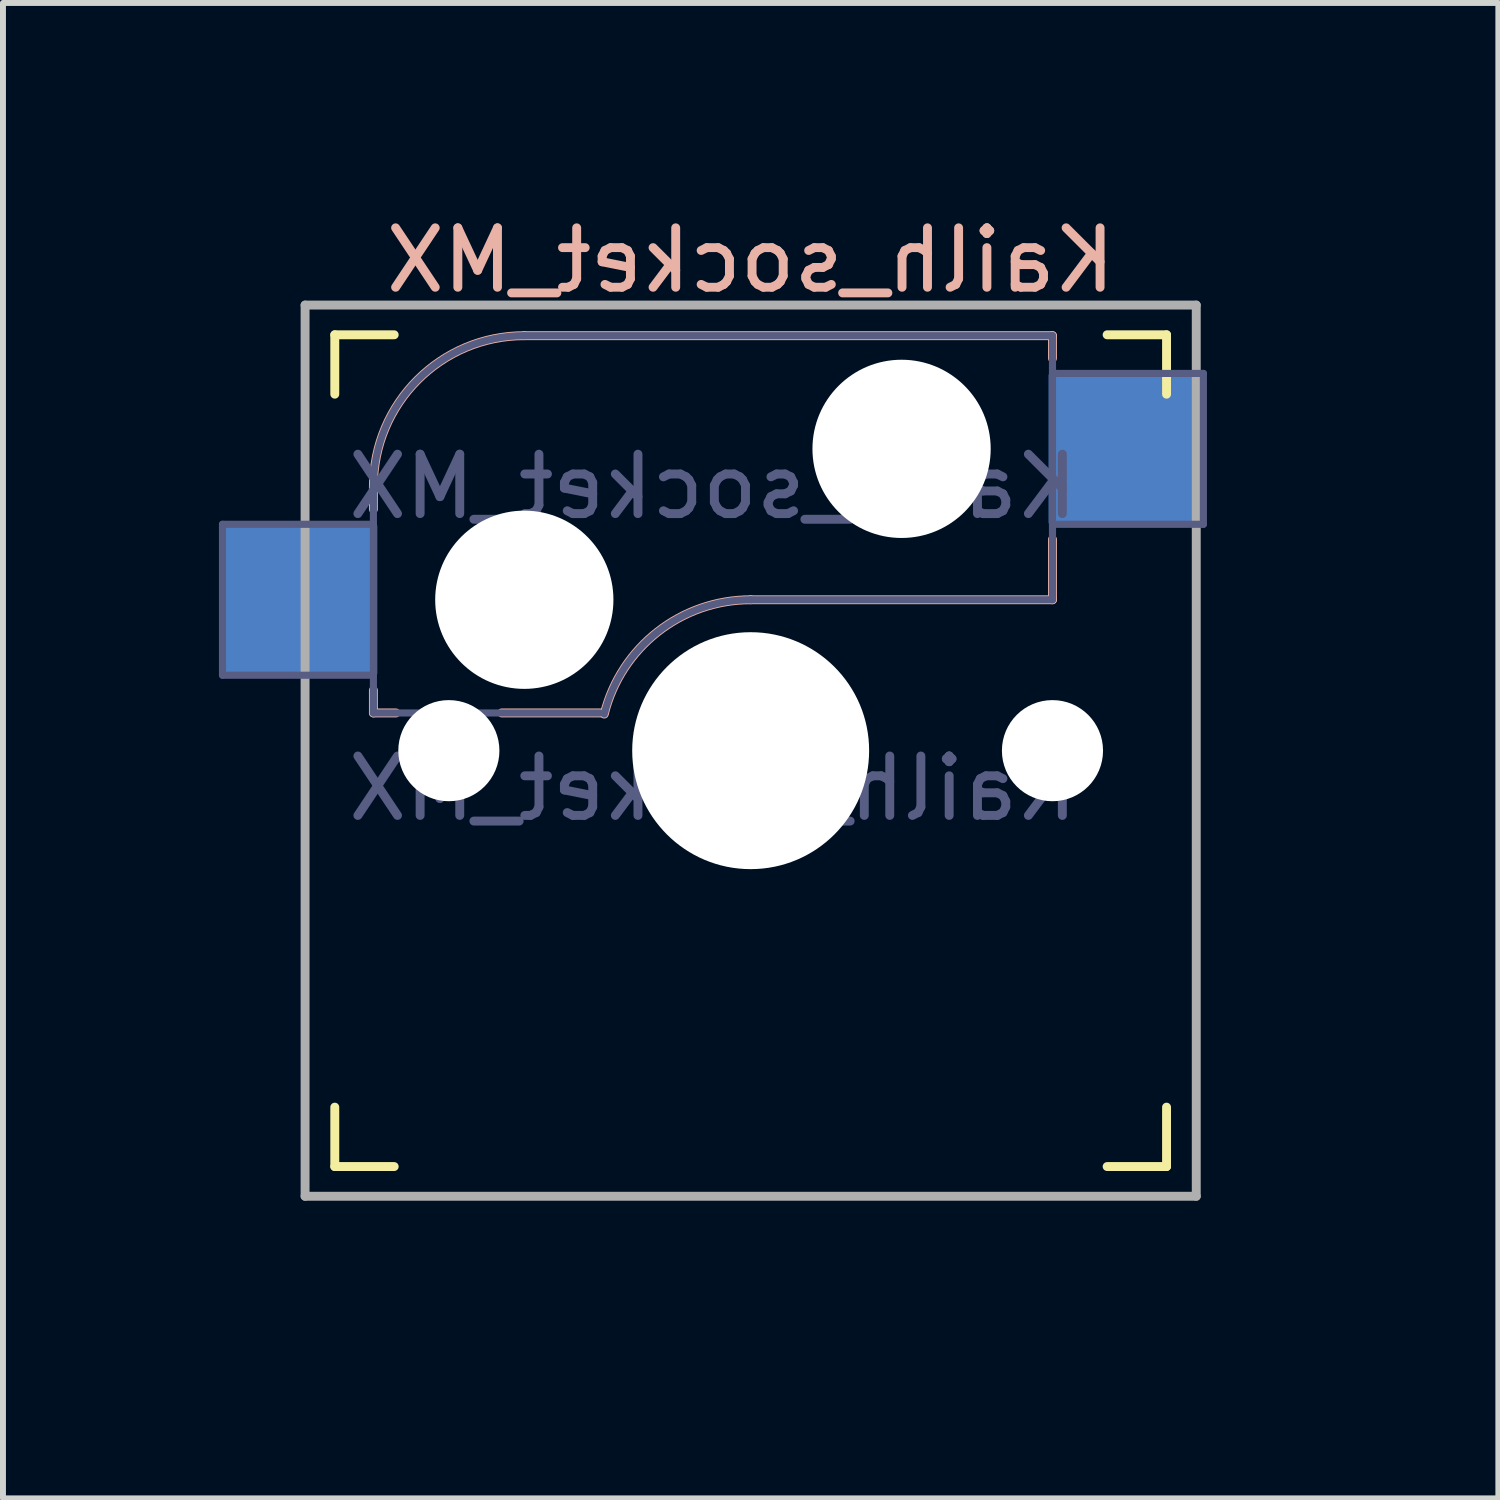
<source format=kicad_pcb>
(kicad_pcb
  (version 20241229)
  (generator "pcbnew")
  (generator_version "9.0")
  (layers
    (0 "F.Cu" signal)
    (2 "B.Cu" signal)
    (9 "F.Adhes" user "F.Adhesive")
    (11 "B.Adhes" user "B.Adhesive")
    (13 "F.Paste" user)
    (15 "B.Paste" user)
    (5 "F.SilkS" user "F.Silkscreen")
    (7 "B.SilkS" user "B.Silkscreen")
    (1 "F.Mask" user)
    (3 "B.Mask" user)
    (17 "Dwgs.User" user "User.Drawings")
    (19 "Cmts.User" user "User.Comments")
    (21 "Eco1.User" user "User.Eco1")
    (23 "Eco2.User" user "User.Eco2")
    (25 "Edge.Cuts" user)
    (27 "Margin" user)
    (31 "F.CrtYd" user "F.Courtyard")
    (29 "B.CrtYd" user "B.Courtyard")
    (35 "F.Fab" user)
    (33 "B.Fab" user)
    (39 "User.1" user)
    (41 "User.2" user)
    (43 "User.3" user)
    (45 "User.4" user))
  (footprint "Kailh_socket_MX"
    (layer "F.Cu")
    (at 9.585 9.585)
    (property "Reference" "Kailh_socket_MX" (at 0 -8.255 0) (layer "B.SilkS") (effects (font (size 1 1) (thickness 0.15)) (justify mirror)))
    (property "Value" "Kailh_socket_MX" (at 0 8.255 0) (layer "F.Fab") (hide yes) (effects (font (size 1 1) (thickness 0.15))))
    (attr smd)
    (fp_line (start -7 -6) (end -7 -7) (stroke (width 0.15) (type solid)) (layer "F.SilkS"))
    (fp_line (start -7 7) (end -7 6) (stroke (width 0.15) (type solid)) (layer "F.SilkS"))
    (fp_line (start -7 7) (end -6 7) (stroke (width 0.15) (type solid)) (layer "F.SilkS"))
    (fp_line (start -6 -7) (end -7 -7) (stroke (width 0.15) (type solid)) (layer "F.SilkS"))
    (fp_line (start 6 7) (end 7 7) (stroke (width 0.15) (type solid)) (layer "F.SilkS"))
    (fp_line (start 7 -7) (end 6 -7) (stroke (width 0.15) (type solid)) (layer "F.SilkS"))
    (fp_line (start 7 -7) (end 7 -6) (stroke (width 0.15) (type solid)) (layer "F.SilkS"))
    (fp_line (start 7 6) (end 7 7) (stroke (width 0.15) (type solid)) (layer "F.SilkS"))
    (fp_line (start -6.35 -4.445) (end -6.35 -4.064) (stroke (width 0.15) (type solid)) (layer "B.SilkS"))
    (fp_line (start -6.35 -1.016) (end -6.35 -0.635) (stroke (width 0.15) (type solid)) (layer "B.SilkS"))
    (fp_line (start -5.969 -0.635) (end -6.35 -0.635) (stroke (width 0.15) (type solid)) (layer "B.SilkS"))
    (fp_line (start -3.81 -6.985) (end 5.08 -6.985) (stroke (width 0.15) (type solid)) (layer "B.SilkS"))
    (fp_line (start -2.464 -0.635) (end -4.191 -0.635) (stroke (width 0.15) (type solid)) (layer "B.SilkS"))
    (fp_line (start 5.08 -6.985) (end 5.08 -6.604) (stroke (width 0.15) (type solid)) (layer "B.SilkS"))
    (fp_line (start 5.08 -3.556) (end 5.08 -2.54) (stroke (width 0.15) (type solid)) (layer "B.SilkS"))
    (fp_line (start 5.08 -2.54) (end 0 -2.54) (stroke (width 0.15) (type solid)) (layer "B.SilkS"))
    (fp_arc (start -6.35 -4.445) (mid -5.606051 -6.241051) (end -3.81 -6.985) (stroke (width 0.15) (type solid)) (layer "B.SilkS"))
    (fp_arc (start -2.464162 -0.61604) (mid -1.563147 -2.002042) (end 0 -2.54) (stroke (width 0.15) (type solid)) (layer "B.SilkS"))
    (fp_line (start -6.9 6.9) (end -6.9 -6.9) (stroke (width 0.15) (type solid)) (layer "Eco2.User"))
    (fp_line (start -6.9 6.9) (end 6.9 6.9) (stroke (width 0.15) (type solid)) (layer "Eco2.User"))
    (fp_line (start 6.9 -6.9) (end -6.9 -6.9) (stroke (width 0.15) (type solid)) (layer "Eco2.User"))
    (fp_line (start 6.9 -6.9) (end 6.9 6.9) (stroke (width 0.15) (type solid)) (layer "Eco2.User"))
    (fp_line (start -8.89 -3.81) (end -6.35 -3.81) (stroke (width 0.12) (type solid)) (layer "B.Fab"))
    (fp_line (start -8.89 -1.27) (end -8.89 -3.81) (stroke (width 0.12) (type solid)) (layer "B.Fab"))
    (fp_line (start -6.35 -1.27) (end -8.89 -1.27) (stroke (width 0.12) (type solid)) (layer "B.Fab"))
    (fp_line (start -6.35 -0.635) (end -6.35 -4.445) (stroke (width 0.12) (type solid)) (layer "B.Fab"))
    (fp_line (start -6.35 -0.635) (end -2.54 -0.635) (stroke (width 0.12) (type solid)) (layer "B.Fab"))
    (fp_line (start -3.81 -6.985) (end 5.08 -6.985) (stroke (width 0.12) (type solid)) (layer "B.Fab"))
    (fp_line (start 5.08 -6.985) (end 5.08 -2.54) (stroke (width 0.12) (type solid)) (layer "B.Fab"))
    (fp_line (start 5.08 -6.35) (end 7.62 -6.35) (stroke (width 0.12) (type solid)) (layer "B.Fab"))
    (fp_line (start 5.08 -2.54) (end 0 -2.54) (stroke (width 0.12) (type solid)) (layer "B.Fab"))
    (fp_line (start 7.62 -6.35) (end 7.62 -3.81) (stroke (width 0.12) (type solid)) (layer "B.Fab"))
    (fp_line (start 7.62 -3.81) (end 5.08 -3.81) (stroke (width 0.12) (type solid)) (layer "B.Fab"))
    (fp_arc (start -6.35 -4.445) (mid -5.606051 -6.241051) (end -3.81 -6.985) (stroke (width 0.12) (type solid)) (layer "B.Fab"))
    (fp_arc (start -2.464162 -0.61604) (mid -1.563147 -2.002042) (end 0 -2.54) (stroke (width 0.12) (type solid)) (layer "B.Fab"))
    (fp_line (start -7.5 -7.5) (end 7.5 -7.5) (stroke (width 0.15) (type solid)) (layer "F.Fab"))
    (fp_line (start -7.5 7.5) (end -7.5 -7.5) (stroke (width 0.15) (type solid)) (layer "F.Fab"))
    (fp_line (start 7.5 -7.5) (end 7.5 7.5) (stroke (width 0.15) (type solid)) (layer "F.Fab"))
    (fp_line (start 7.5 7.5) (end -7.5 7.5) (stroke (width 0.15) (type solid)) (layer "F.Fab"))
    (fp_line (start -9.525 -9.525) (end 9.525 -9.525) (stroke (width 0.12) (type solid)) (layer "User.2"))
    (fp_line (start -9.525 9.525) (end -9.525 -9.525) (stroke (width 0.12) (type solid)) (layer "User.2"))
    (fp_line (start 9.525 9.525) (end -9.525 9.525) (stroke (width 0.12) (type solid)) (layer "User.2"))
    (fp_line (start 9.525 9.525) (end 9.525 -9.525) (stroke (width 0.12) (type solid)) (layer "User.2"))
    (fp_text user "${VALUE}" (at -0.635 0.635 0) (layer "B.Fab") (effects (font (size 1 1) (thickness 0.15)) (justify mirror)))
    (fp_text user "${REFERENCE}" (at -0.635 -4.445 0) (layer "B.Fab") (effects (font (size 1 1) (thickness 0.15)) (justify mirror)))
    (pad "" np_thru_hole circle (at -5.08 0) (size 1.702 1.702) (drill 1.702) (layers "*.Cu" "*.Mask"))
    (pad "" np_thru_hole circle (at -3.81 -2.54) (size 3 3) (drill 3) (layers "*.Cu" "*.Mask"))
    (pad "" np_thru_hole circle (at 0 0) (size 3.988 3.988) (drill 3.988) (layers "*.Cu" "*.Mask"))
    (pad "" np_thru_hole circle (at 2.54 -5.08) (size 3 3) (drill 3) (layers "*.Cu" "*.Mask"))
    (pad "" np_thru_hole circle (at 5.08 0) (size 1.702 1.702) (drill 1.702) (layers "*.Cu" "*.Mask"))
    (pad "1" smd rect (at 6.29 -5.08) (size 2.55 2.5) (layers "B.Cu" "B.Mask" "B.Paste"))
    (pad "2" smd rect (at -7.56 -2.54) (size 2.55 2.5) (layers "B.Cu" "B.Mask" "B.Paste")))
  (gr_rect
    (start -3 -3)
    (end 22.17 22.17)
    (stroke (width 0.1) (type default))
    (fill no)
    (layer "Edge.Cuts")))
</source>
